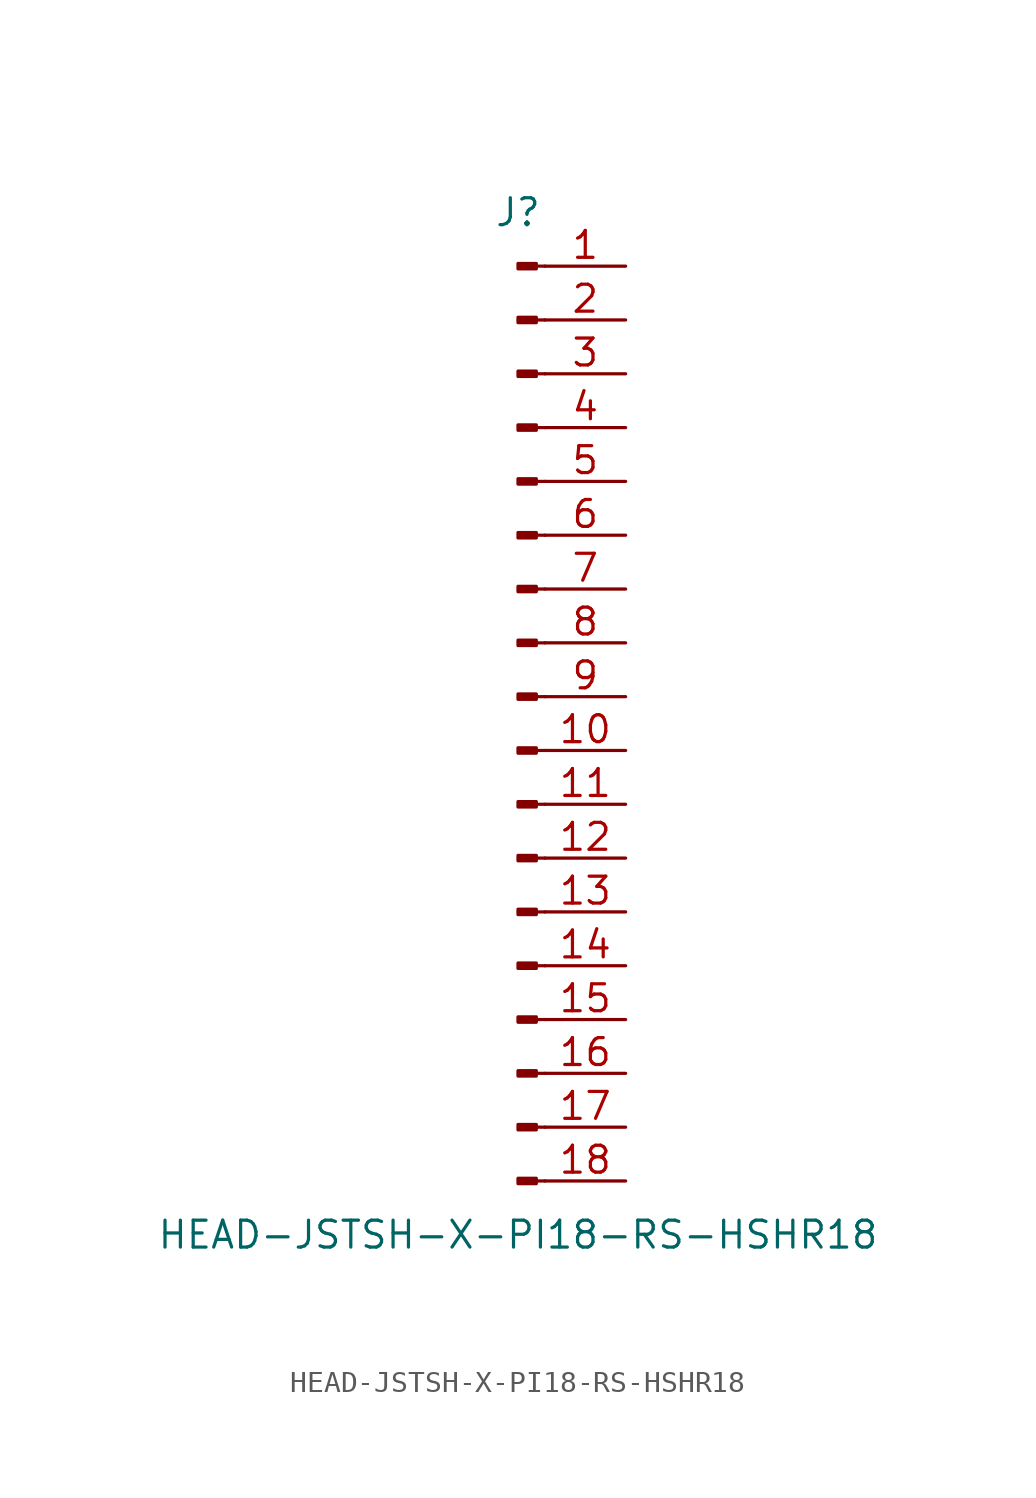
<source format=kicad_sym>
(kicad_symbol_lib
  (version 20211014)
  (generator kicad_symbol_editor)
  (symbol "HEAD-JSTSH-X-PI18-RS-HSHR18"
    (pin_names
      (offset 1.016) hide)
    (property "Reference" "J"
      (at 0 22.86 0)
      (effects (font (size 1.27 1.27))))
    (property "Value" "HEAD-JSTSH-X-PI18-RS-HSHR18"
      (at 0 -25.4 0)
      (effects (font (size 1.27 1.27))))
    (symbol "HEAD-JSTSH-X-PI18-RS-HSHR18_1_1"
      (polyline (pts (xy 1.27 -22.86) (xy 0.864 -22.86)) (stroke (width 0.152) (type default) (color 0 0 0 0)) (fill (type none)))
      (polyline (pts (xy 1.27 -20.32) (xy 0.864 -20.32)) (stroke (width 0.152) (type default) (color 0 0 0 0)) (fill (type none)))
      (polyline (pts (xy 1.27 -17.78) (xy 0.864 -17.78)) (stroke (width 0.152) (type default) (color 0 0 0 0)) (fill (type none)))
      (polyline (pts (xy 1.27 -15.24) (xy 0.864 -15.24)) (stroke (width 0.152) (type default) (color 0 0 0 0)) (fill (type none)))
      (polyline (pts (xy 1.27 -12.7) (xy 0.864 -12.7)) (stroke (width 0.152) (type default) (color 0 0 0 0)) (fill (type none)))
      (polyline (pts (xy 1.27 -10.16) (xy 0.864 -10.16)) (stroke (width 0.152) (type default) (color 0 0 0 0)) (fill (type none)))
      (polyline (pts (xy 1.27 -7.62) (xy 0.864 -7.62)) (stroke (width 0.152) (type default) (color 0 0 0 0)) (fill (type none)))
      (polyline (pts (xy 1.27 -5.08) (xy 0.864 -5.08)) (stroke (width 0.152) (type default) (color 0 0 0 0)) (fill (type none)))
      (polyline (pts (xy 1.27 -2.54) (xy 0.864 -2.54)) (stroke (width 0.152) (type default) (color 0 0 0 0)) (fill (type none)))
      (polyline (pts (xy 1.27 0) (xy 0.864 0)) (stroke (width 0.152) (type default) (color 0 0 0 0)) (fill (type none)))
      (polyline (pts (xy 1.27 2.54) (xy 0.864 2.54)) (stroke (width 0.152) (type default) (color 0 0 0 0)) (fill (type none)))
      (polyline (pts (xy 1.27 5.08) (xy 0.864 5.08)) (stroke (width 0.152) (type default) (color 0 0 0 0)) (fill (type none)))
      (polyline (pts (xy 1.27 7.62) (xy 0.864 7.62)) (stroke (width 0.152) (type default) (color 0 0 0 0)) (fill (type none)))
      (polyline (pts (xy 1.27 10.16) (xy 0.864 10.16)) (stroke (width 0.152) (type default) (color 0 0 0 0)) (fill (type none)))
      (polyline (pts (xy 1.27 12.7) (xy 0.864 12.7)) (stroke (width 0.152) (type default) (color 0 0 0 0)) (fill (type none)))
      (polyline (pts (xy 1.27 15.24) (xy 0.864 15.24)) (stroke (width 0.152) (type default) (color 0 0 0 0)) (fill (type none)))
      (polyline (pts (xy 1.27 17.78) (xy 0.864 17.78)) (stroke (width 0.152) (type default) (color 0 0 0 0)) (fill (type none)))
      (polyline (pts (xy 1.27 20.32) (xy 0.864 20.32)) (stroke (width 0.152) (type default) (color 0 0 0 0)) (fill (type none)))
      (rectangle (start 0.864 -22.733) (end 0 -22.987) (stroke (width 0.152) (type default) (color 0 0 0 0)) (fill (type outline)))
      (rectangle (start 0.864 -20.193) (end 0 -20.447) (stroke (width 0.152) (type default) (color 0 0 0 0)) (fill (type outline)))
      (rectangle (start 0.864 -17.653) (end 0 -17.907) (stroke (width 0.152) (type default) (color 0 0 0 0)) (fill (type outline)))
      (rectangle (start 0.864 -15.113) (end 0 -15.367) (stroke (width 0.152) (type default) (color 0 0 0 0)) (fill (type outline)))
      (rectangle (start 0.864 -12.573) (end 0 -12.827) (stroke (width 0.152) (type default) (color 0 0 0 0)) (fill (type outline)))
      (rectangle (start 0.864 -10.033) (end 0 -10.287) (stroke (width 0.152) (type default) (color 0 0 0 0)) (fill (type outline)))
      (rectangle (start 0.864 -7.493) (end 0 -7.747) (stroke (width 0.152) (type default) (color 0 0 0 0)) (fill (type outline)))
      (rectangle (start 0.864 -4.953) (end 0 -5.207) (stroke (width 0.152) (type default) (color 0 0 0 0)) (fill (type outline)))
      (rectangle (start 0.864 -2.413) (end 0 -2.667) (stroke (width 0.152) (type default) (color 0 0 0 0)) (fill (type outline)))
      (rectangle (start 0.864 0.127) (end 0 -0.127) (stroke (width 0.152) (type default) (color 0 0 0 0)) (fill (type outline)))
      (rectangle (start 0.864 2.667) (end 0 2.413) (stroke (width 0.152) (type default) (color 0 0 0 0)) (fill (type outline)))
      (rectangle (start 0.864 5.207) (end 0 4.953) (stroke (width 0.152) (type default) (color 0 0 0 0)) (fill (type outline)))
      (rectangle (start 0.864 7.747) (end 0 7.493) (stroke (width 0.152) (type default) (color 0 0 0 0)) (fill (type outline)))
      (rectangle (start 0.864 10.287) (end 0 10.033) (stroke (width 0.152) (type default) (color 0 0 0 0)) (fill (type outline)))
      (rectangle (start 0.864 12.827) (end 0 12.573) (stroke (width 0.152) (type default) (color 0 0 0 0)) (fill (type outline)))
      (rectangle (start 0.864 15.367) (end 0 15.113) (stroke (width 0.152) (type default) (color 0 0 0 0)) (fill (type outline)))
      (rectangle (start 0.864 17.907) (end 0 17.653) (stroke (width 0.152) (type default) (color 0 0 0 0)) (fill (type outline)))
      (rectangle (start 0.864 20.447) (end 0 20.193) (stroke (width 0.152) (type default) (color 0 0 0 0)) (fill (type outline)))
      (pin passive line (at 5.08 20.32 180) (length 3.81) (name "Pin_1" (effects (font (size 1.27 1.27)))) (number "1" (effects (font (size 1.27 1.27)))))
      (pin passive line (at 5.08 -2.54 180) (length 3.81) (name "Pin_10" (effects (font (size 1.27 1.27)))) (number "10" (effects (font (size 1.27 1.27)))))
      (pin passive line (at 5.08 -5.08 180) (length 3.81) (name "Pin_11" (effects (font (size 1.27 1.27)))) (number "11" (effects (font (size 1.27 1.27)))))
      (pin passive line (at 5.08 -7.62 180) (length 3.81) (name "Pin_12" (effects (font (size 1.27 1.27)))) (number "12" (effects (font (size 1.27 1.27)))))
      (pin passive line (at 5.08 -10.16 180) (length 3.81) (name "Pin_13" (effects (font (size 1.27 1.27)))) (number "13" (effects (font (size 1.27 1.27)))))
      (pin passive line (at 5.08 -12.7 180) (length 3.81) (name "Pin_14" (effects (font (size 1.27 1.27)))) (number "14" (effects (font (size 1.27 1.27)))))
      (pin passive line (at 5.08 -15.24 180) (length 3.81) (name "Pin_15" (effects (font (size 1.27 1.27)))) (number "15" (effects (font (size 1.27 1.27)))))
      (pin passive line (at 5.08 -17.78 180) (length 3.81) (name "Pin_16" (effects (font (size 1.27 1.27)))) (number "16" (effects (font (size 1.27 1.27)))))
      (pin passive line (at 5.08 -20.32 180) (length 3.81) (name "Pin_17" (effects (font (size 1.27 1.27)))) (number "17" (effects (font (size 1.27 1.27)))))
      (pin passive line (at 5.08 -22.86 180) (length 3.81) (name "Pin_18" (effects (font (size 1.27 1.27)))) (number "18" (effects (font (size 1.27 1.27)))))
      (pin passive line (at 5.08 17.78 180) (length 3.81) (name "Pin_2" (effects (font (size 1.27 1.27)))) (number "2" (effects (font (size 1.27 1.27)))))
      (pin passive line (at 5.08 15.24 180) (length 3.81) (name "Pin_3" (effects (font (size 1.27 1.27)))) (number "3" (effects (font (size 1.27 1.27)))))
      (pin passive line (at 5.08 12.7 180) (length 3.81) (name "Pin_4" (effects (font (size 1.27 1.27)))) (number "4" (effects (font (size 1.27 1.27)))))
      (pin passive line (at 5.08 10.16 180) (length 3.81) (name "Pin_5" (effects (font (size 1.27 1.27)))) (number "5" (effects (font (size 1.27 1.27)))))
      (pin passive line (at 5.08 7.62 180) (length 3.81) (name "Pin_6" (effects (font (size 1.27 1.27)))) (number "6" (effects (font (size 1.27 1.27)))))
      (pin passive line (at 5.08 5.08 180) (length 3.81) (name "Pin_7" (effects (font (size 1.27 1.27)))) (number "7" (effects (font (size 1.27 1.27)))))
      (pin passive line (at 5.08 2.54 180) (length 3.81) (name "Pin_8" (effects (font (size 1.27 1.27)))) (number "8" (effects (font (size 1.27 1.27)))))
      (pin passive line (at 5.08 0 180) (length 3.81) (name "Pin_9" (effects (font (size 1.27 1.27)))) (number "9" (effects (font (size 1.27 1.27))))))))
</source>
